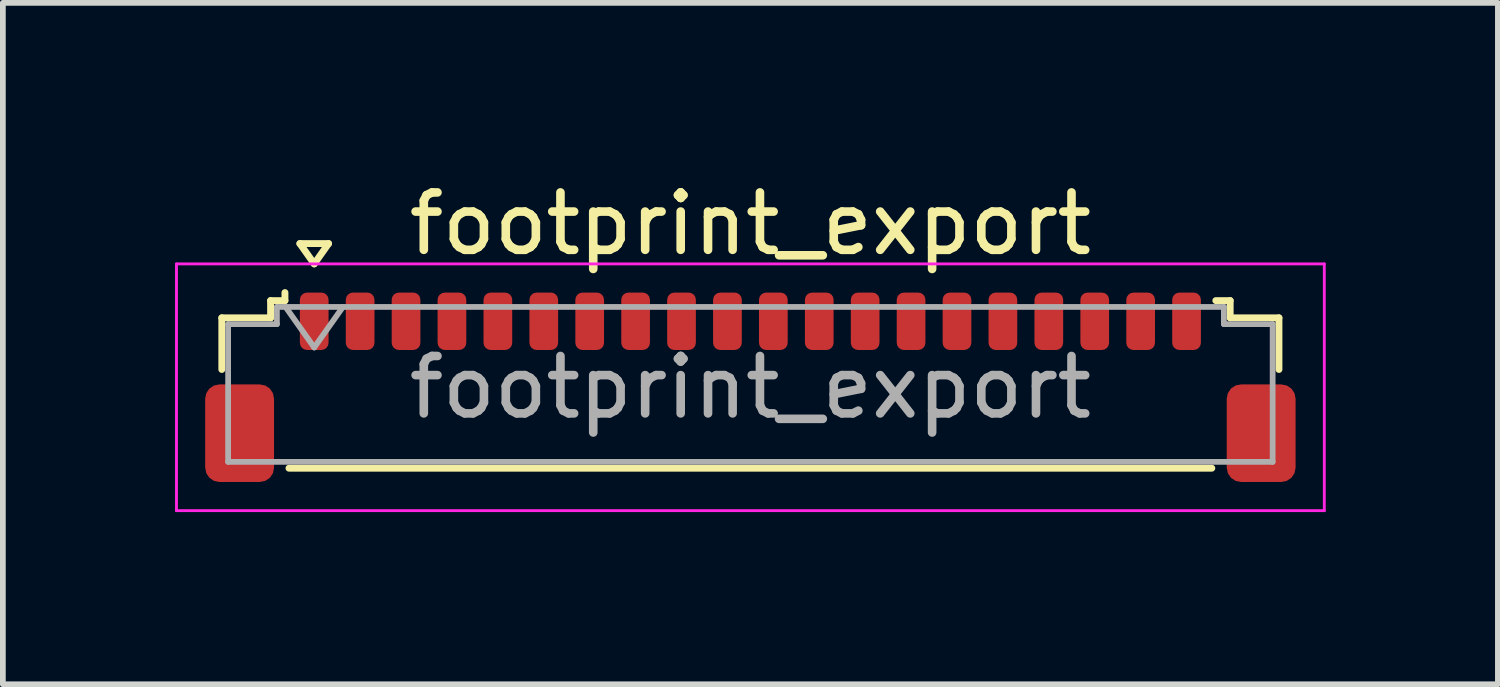
<source format=kicad_pcb>
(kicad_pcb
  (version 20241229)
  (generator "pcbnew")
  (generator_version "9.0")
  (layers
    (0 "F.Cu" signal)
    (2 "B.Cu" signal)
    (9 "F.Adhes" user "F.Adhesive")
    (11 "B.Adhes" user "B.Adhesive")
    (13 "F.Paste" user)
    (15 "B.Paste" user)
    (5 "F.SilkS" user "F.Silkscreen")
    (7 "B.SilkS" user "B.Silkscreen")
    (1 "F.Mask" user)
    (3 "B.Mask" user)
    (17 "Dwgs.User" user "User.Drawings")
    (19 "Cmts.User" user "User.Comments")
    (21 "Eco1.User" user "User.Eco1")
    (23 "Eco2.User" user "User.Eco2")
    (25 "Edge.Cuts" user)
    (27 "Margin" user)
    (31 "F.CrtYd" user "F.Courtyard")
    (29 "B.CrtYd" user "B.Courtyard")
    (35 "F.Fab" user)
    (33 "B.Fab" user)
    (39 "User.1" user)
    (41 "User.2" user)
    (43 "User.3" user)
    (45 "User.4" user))
  (footprint "footprint_export"
    (layer "F.Cu")
    (at 10.025 3.698)
    (property "Reference" "footprint_export" (at 0 -2.85 0) (layer "F.SilkS") (effects (font (size 1 1) (thickness 0.15))))
    (attr smd)
    (fp_line (start -9.21 -1.21) (end -8.36 -1.21) (stroke (width 0.12) (type solid)) (layer "F.SilkS"))
    (fp_line (start -9.21 -0.31) (end -9.21 -1.21) (stroke (width 0.12) (type solid)) (layer "F.SilkS"))
    (fp_line (start -8.36 -1.51) (end -8.11 -1.51) (stroke (width 0.12) (type solid)) (layer "F.SilkS"))
    (fp_line (start -8.36 -1.21) (end -8.36 -1.51) (stroke (width 0.12) (type solid)) (layer "F.SilkS"))
    (fp_line (start -8.11 -1.51) (end -8.11 -1.65) (stroke (width 0.12) (type solid)) (layer "F.SilkS"))
    (fp_line (start -8.04 1.41) (end 8.04 1.41) (stroke (width 0.12) (type solid)) (layer "F.SilkS"))
    (fp_line (start -7.85 -2.504) (end -7.6 -2.15) (stroke (width 0.12) (type solid)) (layer "F.SilkS"))
    (fp_line (start -7.6 -2.15) (end -7.35 -2.504) (stroke (width 0.12) (type solid)) (layer "F.SilkS"))
    (fp_line (start -7.35 -2.504) (end -7.85 -2.504) (stroke (width 0.12) (type solid)) (layer "F.SilkS"))
    (fp_line (start 8.36 -1.51) (end 8.11 -1.51) (stroke (width 0.12) (type solid)) (layer "F.SilkS"))
    (fp_line (start 8.36 -1.21) (end 8.36 -1.51) (stroke (width 0.12) (type solid)) (layer "F.SilkS"))
    (fp_line (start 9.21 -1.21) (end 8.36 -1.21) (stroke (width 0.12) (type solid)) (layer "F.SilkS"))
    (fp_line (start 9.21 -0.31) (end 9.21 -1.21) (stroke (width 0.12) (type solid)) (layer "F.SilkS"))
    (fp_line (start -10 -2.15) (end -10 2.15) (stroke (width 0.05) (type solid)) (layer "F.CrtYd"))
    (fp_line (start -10 2.15) (end 10 2.15) (stroke (width 0.05) (type solid)) (layer "F.CrtYd"))
    (fp_line (start 10 -2.15) (end -10 -2.15) (stroke (width 0.05) (type solid)) (layer "F.CrtYd"))
    (fp_line (start 10 2.15) (end 10 -2.15) (stroke (width 0.05) (type solid)) (layer "F.CrtYd"))
    (fp_line (start -9.1 -1.1) (end -9.1 1.3) (stroke (width 0.1) (type solid)) (layer "F.Fab"))
    (fp_line (start -9.1 -1.1) (end -8.25 -1.1) (stroke (width 0.1) (type solid)) (layer "F.Fab"))
    (fp_line (start -9.1 1.3) (end 9.1 1.3) (stroke (width 0.1) (type solid)) (layer "F.Fab"))
    (fp_line (start -8.25 -1.4) (end 8.25 -1.4) (stroke (width 0.1) (type solid)) (layer "F.Fab"))
    (fp_line (start -8.25 -1.1) (end -8.25 -1.4) (stroke (width 0.1) (type solid)) (layer "F.Fab"))
    (fp_line (start -8.1 -1.4) (end -7.6 -0.693) (stroke (width 0.1) (type solid)) (layer "F.Fab"))
    (fp_line (start -7.6 -0.693) (end -7.1 -1.4) (stroke (width 0.1) (type solid)) (layer "F.Fab"))
    (fp_line (start 8.25 -1.4) (end 8.25 -1.1) (stroke (width 0.1) (type solid)) (layer "F.Fab"))
    (fp_line (start 8.25 -1.1) (end 9.1 -1.1) (stroke (width 0.1) (type solid)) (layer "F.Fab"))
    (fp_line (start 9.1 -1.1) (end 9.1 1.3) (stroke (width 0.1) (type solid)) (layer "F.Fab"))
    (fp_text user "${REFERENCE}" (at 0 0 0) (layer "F.Fab") (effects (font (size 1 1) (thickness 0.15))))
    (pad "1" smd roundrect (at -7.6 -1.15) (size 0.5 1) (layers "F.Cu" "F.Mask" "F.Paste") (roundrect_rratio 0.25))
    (pad "2" smd roundrect (at -6.8 -1.15) (size 0.5 1) (layers "F.Cu" "F.Mask" "F.Paste") (roundrect_rratio 0.25))
    (pad "3" smd roundrect (at -6 -1.15) (size 0.5 1) (layers "F.Cu" "F.Mask" "F.Paste") (roundrect_rratio 0.25))
    (pad "4" smd roundrect (at -5.2 -1.15) (size 0.5 1) (layers "F.Cu" "F.Mask" "F.Paste") (roundrect_rratio 0.25))
    (pad "5" smd roundrect (at -4.4 -1.15) (size 0.5 1) (layers "F.Cu" "F.Mask" "F.Paste") (roundrect_rratio 0.25))
    (pad "6" smd roundrect (at -3.6 -1.15) (size 0.5 1) (layers "F.Cu" "F.Mask" "F.Paste") (roundrect_rratio 0.25))
    (pad "7" smd roundrect (at -2.8 -1.15) (size 0.5 1) (layers "F.Cu" "F.Mask" "F.Paste") (roundrect_rratio 0.25))
    (pad "8" smd roundrect (at -2 -1.15) (size 0.5 1) (layers "F.Cu" "F.Mask" "F.Paste") (roundrect_rratio 0.25))
    (pad "9" smd roundrect (at -1.2 -1.15) (size 0.5 1) (layers "F.Cu" "F.Mask" "F.Paste") (roundrect_rratio 0.25))
    (pad "10" smd roundrect (at -0.4 -1.15) (size 0.5 1) (layers "F.Cu" "F.Mask" "F.Paste") (roundrect_rratio 0.25))
    (pad "11" smd roundrect (at 0.4 -1.15) (size 0.5 1) (layers "F.Cu" "F.Mask" "F.Paste") (roundrect_rratio 0.25))
    (pad "12" smd roundrect (at 1.2 -1.15) (size 0.5 1) (layers "F.Cu" "F.Mask" "F.Paste") (roundrect_rratio 0.25))
    (pad "13" smd roundrect (at 2 -1.15) (size 0.5 1) (layers "F.Cu" "F.Mask" "F.Paste") (roundrect_rratio 0.25))
    (pad "14" smd roundrect (at 2.8 -1.15) (size 0.5 1) (layers "F.Cu" "F.Mask" "F.Paste") (roundrect_rratio 0.25))
    (pad "15" smd roundrect (at 3.6 -1.15) (size 0.5 1) (layers "F.Cu" "F.Mask" "F.Paste") (roundrect_rratio 0.25))
    (pad "16" smd roundrect (at 4.4 -1.15) (size 0.5 1) (layers "F.Cu" "F.Mask" "F.Paste") (roundrect_rratio 0.25))
    (pad "17" smd roundrect (at 5.2 -1.15) (size 0.5 1) (layers "F.Cu" "F.Mask" "F.Paste") (roundrect_rratio 0.25))
    (pad "18" smd roundrect (at 6 -1.15) (size 0.5 1) (layers "F.Cu" "F.Mask" "F.Paste") (roundrect_rratio 0.25))
    (pad "19" smd roundrect (at 6.8 -1.15) (size 0.5 1) (layers "F.Cu" "F.Mask" "F.Paste") (roundrect_rratio 0.25))
    (pad "20" smd roundrect (at 7.6 -1.15) (size 0.5 1) (layers "F.Cu" "F.Mask" "F.Paste") (roundrect_rratio 0.25))
    (pad "MP" smd roundrect (at -8.9 0.8) (size 1.2 1.7) (layers "F.Cu" "F.Mask" "F.Paste") (roundrect_rratio 0.208))
    (pad "MP" smd roundrect (at 8.9 0.8) (size 1.2 1.7) (layers "F.Cu" "F.Mask" "F.Paste") (roundrect_rratio 0.208)))
  (gr_rect
    (start -3 -3)
    (end 23.05 8.873)
    (stroke (width 0.1) (type default))
    (fill no)
    (layer "Edge.Cuts")))
</source>
